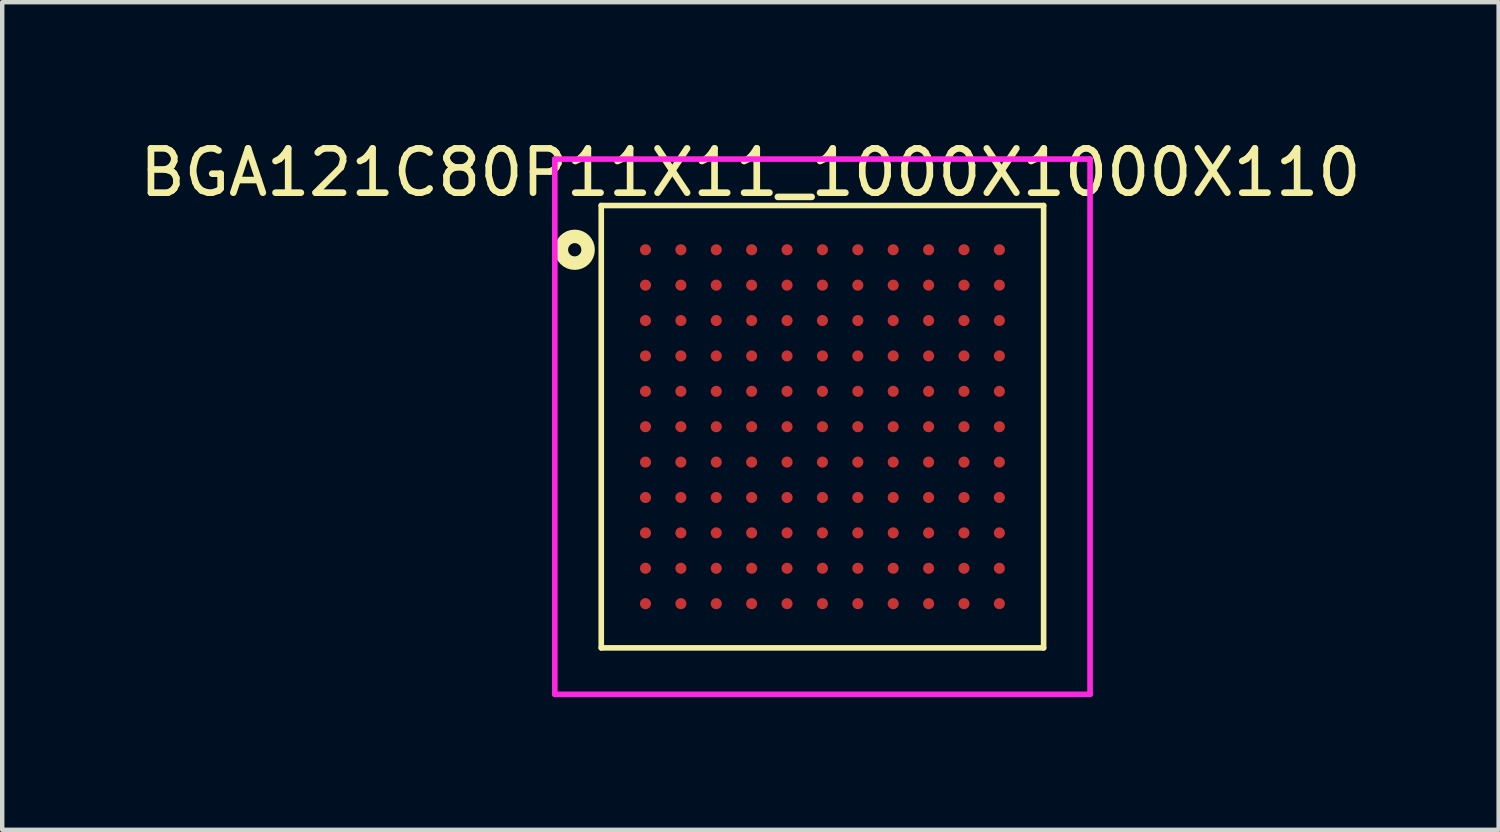
<source format=kicad_pcb>
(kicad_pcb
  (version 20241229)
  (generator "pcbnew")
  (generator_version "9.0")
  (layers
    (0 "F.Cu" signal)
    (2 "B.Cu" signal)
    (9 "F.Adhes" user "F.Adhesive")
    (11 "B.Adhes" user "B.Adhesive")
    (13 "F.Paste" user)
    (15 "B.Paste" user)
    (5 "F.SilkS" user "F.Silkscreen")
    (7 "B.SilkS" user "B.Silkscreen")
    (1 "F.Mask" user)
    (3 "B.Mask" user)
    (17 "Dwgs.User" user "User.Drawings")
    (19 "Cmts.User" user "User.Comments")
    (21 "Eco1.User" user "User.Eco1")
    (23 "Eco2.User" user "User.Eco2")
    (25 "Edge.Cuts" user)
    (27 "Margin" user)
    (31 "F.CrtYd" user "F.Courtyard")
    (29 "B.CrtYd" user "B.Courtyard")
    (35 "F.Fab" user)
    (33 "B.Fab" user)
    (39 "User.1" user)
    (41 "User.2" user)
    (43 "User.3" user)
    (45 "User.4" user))
  (footprint "BGA121C80P11X11_1000X1000X110"
    (layer "F.Cu")
    (at 15.542 6.596)
    (property "Reference" "BGA121C80P11X11_1000X1000X110" (at -1.628 -5.746 0) (layer "F.SilkS") (effects (font (size 1.002 1.002) (thickness 0.15))))
    (attr smd)
    (fp_line (start -5 -5) (end 5 -5) (stroke (width 0.127) (type solid)) (layer "F.SilkS"))
    (fp_line (start -5 5) (end -5 -5) (stroke (width 0.127) (type solid)) (layer "F.SilkS"))
    (fp_line (start 5 -5) (end 5 5) (stroke (width 0.127) (type solid)) (layer "F.SilkS"))
    (fp_line (start 5 5) (end -5 5) (stroke (width 0.127) (type solid)) (layer "F.SilkS"))
    (fp_circle (center -5.6 -4) (end -5.45 -4) (stroke (width 0.305) (type solid)) (fill no) (layer "F.SilkS"))
    (fp_line (start -6.05 -6.05) (end 6.05 -6.05) (stroke (width 0.127) (type solid)) (layer "F.CrtYd"))
    (fp_line (start -6.05 6.05) (end -6.05 -6.05) (stroke (width 0.127) (type solid)) (layer "F.CrtYd"))
    (fp_line (start 6.05 -6.05) (end 6.05 6.05) (stroke (width 0.127) (type solid)) (layer "F.CrtYd"))
    (fp_line (start 6.05 6.05) (end -6.05 6.05) (stroke (width 0.127) (type solid)) (layer "F.CrtYd"))
    (pad "A1" smd circle (at -4 -4) (size 0.25 0.25) (layers "F.Cu" "F.Mask" "F.Paste"))
    (pad "A2" smd circle (at -3.2 -4) (size 0.25 0.25) (layers "F.Cu" "F.Mask" "F.Paste"))
    (pad "A3" smd circle (at -2.4 -4) (size 0.25 0.25) (layers "F.Cu" "F.Mask" "F.Paste"))
    (pad "A4" smd circle (at -1.6 -4) (size 0.25 0.25) (layers "F.Cu" "F.Mask" "F.Paste"))
    (pad "A5" smd circle (at -0.8 -4) (size 0.25 0.25) (layers "F.Cu" "F.Mask" "F.Paste"))
    (pad "A6" smd circle (at 0 -4) (size 0.25 0.25) (layers "F.Cu" "F.Mask" "F.Paste"))
    (pad "A7" smd circle (at 0.8 -4) (size 0.25 0.25) (layers "F.Cu" "F.Mask" "F.Paste"))
    (pad "A8" smd circle (at 1.6 -4) (size 0.25 0.25) (layers "F.Cu" "F.Mask" "F.Paste"))
    (pad "A9" smd circle (at 2.4 -4) (size 0.25 0.25) (layers "F.Cu" "F.Mask" "F.Paste"))
    (pad "A10" smd circle (at 3.2 -4) (size 0.25 0.25) (layers "F.Cu" "F.Mask" "F.Paste"))
    (pad "A11" smd circle (at 4 -4) (size 0.25 0.25) (layers "F.Cu" "F.Mask" "F.Paste"))
    (pad "B1" smd circle (at -4 -3.2) (size 0.25 0.25) (layers "F.Cu" "F.Mask" "F.Paste"))
    (pad "B2" smd circle (at -3.2 -3.2) (size 0.25 0.25) (layers "F.Cu" "F.Mask" "F.Paste"))
    (pad "B3" smd circle (at -2.4 -3.2) (size 0.25 0.25) (layers "F.Cu" "F.Mask" "F.Paste"))
    (pad "B4" smd circle (at -1.6 -3.2) (size 0.25 0.25) (layers "F.Cu" "F.Mask" "F.Paste"))
    (pad "B5" smd circle (at -0.8 -3.2) (size 0.25 0.25) (layers "F.Cu" "F.Mask" "F.Paste"))
    (pad "B6" smd circle (at 0 -3.2) (size 0.25 0.25) (layers "F.Cu" "F.Mask" "F.Paste"))
    (pad "B7" smd circle (at 0.8 -3.2) (size 0.25 0.25) (layers "F.Cu" "F.Mask" "F.Paste"))
    (pad "B8" smd circle (at 1.6 -3.2) (size 0.25 0.25) (layers "F.Cu" "F.Mask" "F.Paste"))
    (pad "B9" smd circle (at 2.4 -3.2) (size 0.25 0.25) (layers "F.Cu" "F.Mask" "F.Paste"))
    (pad "B10" smd circle (at 3.2 -3.2) (size 0.25 0.25) (layers "F.Cu" "F.Mask" "F.Paste"))
    (pad "B11" smd circle (at 4 -3.2) (size 0.25 0.25) (layers "F.Cu" "F.Mask" "F.Paste"))
    (pad "C1" smd circle (at -4 -2.4) (size 0.25 0.25) (layers "F.Cu" "F.Mask" "F.Paste"))
    (pad "C2" smd circle (at -3.2 -2.4) (size 0.25 0.25) (layers "F.Cu" "F.Mask" "F.Paste"))
    (pad "C3" smd circle (at -2.4 -2.4) (size 0.25 0.25) (layers "F.Cu" "F.Mask" "F.Paste"))
    (pad "C4" smd circle (at -1.6 -2.4) (size 0.25 0.25) (layers "F.Cu" "F.Mask" "F.Paste"))
    (pad "C5" smd circle (at -0.8 -2.4) (size 0.25 0.25) (layers "F.Cu" "F.Mask" "F.Paste"))
    (pad "C6" smd circle (at 0 -2.4) (size 0.25 0.25) (layers "F.Cu" "F.Mask" "F.Paste"))
    (pad "C7" smd circle (at 0.8 -2.4) (size 0.25 0.25) (layers "F.Cu" "F.Mask" "F.Paste"))
    (pad "C8" smd circle (at 1.6 -2.4) (size 0.25 0.25) (layers "F.Cu" "F.Mask" "F.Paste"))
    (pad "C9" smd circle (at 2.4 -2.4) (size 0.25 0.25) (layers "F.Cu" "F.Mask" "F.Paste"))
    (pad "C10" smd circle (at 3.2 -2.4) (size 0.25 0.25) (layers "F.Cu" "F.Mask" "F.Paste"))
    (pad "C11" smd circle (at 4 -2.4) (size 0.25 0.25) (layers "F.Cu" "F.Mask" "F.Paste"))
    (pad "D1" smd circle (at -4 -1.6) (size 0.25 0.25) (layers "F.Cu" "F.Mask" "F.Paste"))
    (pad "D2" smd circle (at -3.2 -1.6) (size 0.25 0.25) (layers "F.Cu" "F.Mask" "F.Paste"))
    (pad "D3" smd circle (at -2.4 -1.6) (size 0.25 0.25) (layers "F.Cu" "F.Mask" "F.Paste"))
    (pad "D4" smd circle (at -1.6 -1.6) (size 0.25 0.25) (layers "F.Cu" "F.Mask" "F.Paste"))
    (pad "D5" smd circle (at -0.8 -1.6) (size 0.25 0.25) (layers "F.Cu" "F.Mask" "F.Paste"))
    (pad "D6" smd circle (at 0 -1.6) (size 0.25 0.25) (layers "F.Cu" "F.Mask" "F.Paste"))
    (pad "D7" smd circle (at 0.8 -1.6) (size 0.25 0.25) (layers "F.Cu" "F.Mask" "F.Paste"))
    (pad "D8" smd circle (at 1.6 -1.6) (size 0.25 0.25) (layers "F.Cu" "F.Mask" "F.Paste"))
    (pad "D9" smd circle (at 2.4 -1.6) (size 0.25 0.25) (layers "F.Cu" "F.Mask" "F.Paste"))
    (pad "D10" smd circle (at 3.2 -1.6) (size 0.25 0.25) (layers "F.Cu" "F.Mask" "F.Paste"))
    (pad "D11" smd circle (at 4 -1.6) (size 0.25 0.25) (layers "F.Cu" "F.Mask" "F.Paste"))
    (pad "E1" smd circle (at -4 -0.8) (size 0.25 0.25) (layers "F.Cu" "F.Mask" "F.Paste"))
    (pad "E2" smd circle (at -3.2 -0.8) (size 0.25 0.25) (layers "F.Cu" "F.Mask" "F.Paste"))
    (pad "E3" smd circle (at -2.4 -0.8) (size 0.25 0.25) (layers "F.Cu" "F.Mask" "F.Paste"))
    (pad "E4" smd circle (at -1.6 -0.8) (size 0.25 0.25) (layers "F.Cu" "F.Mask" "F.Paste"))
    (pad "E5" smd circle (at -0.8 -0.8) (size 0.25 0.25) (layers "F.Cu" "F.Mask" "F.Paste"))
    (pad "E6" smd circle (at 0 -0.8) (size 0.25 0.25) (layers "F.Cu" "F.Mask" "F.Paste"))
    (pad "E7" smd circle (at 0.8 -0.8) (size 0.25 0.25) (layers "F.Cu" "F.Mask" "F.Paste"))
    (pad "E8" smd circle (at 1.6 -0.8) (size 0.25 0.25) (layers "F.Cu" "F.Mask" "F.Paste"))
    (pad "E9" smd circle (at 2.4 -0.8) (size 0.25 0.25) (layers "F.Cu" "F.Mask" "F.Paste"))
    (pad "E10" smd circle (at 3.2 -0.8) (size 0.25 0.25) (layers "F.Cu" "F.Mask" "F.Paste"))
    (pad "E11" smd circle (at 4 -0.8) (size 0.25 0.25) (layers "F.Cu" "F.Mask" "F.Paste"))
    (pad "F1" smd circle (at -4 0) (size 0.25 0.25) (layers "F.Cu" "F.Mask" "F.Paste"))
    (pad "F2" smd circle (at -3.2 0) (size 0.25 0.25) (layers "F.Cu" "F.Mask" "F.Paste"))
    (pad "F3" smd circle (at -2.4 0) (size 0.25 0.25) (layers "F.Cu" "F.Mask" "F.Paste"))
    (pad "F4" smd circle (at -1.6 0) (size 0.25 0.25) (layers "F.Cu" "F.Mask" "F.Paste"))
    (pad "F5" smd circle (at -0.8 0) (size 0.25 0.25) (layers "F.Cu" "F.Mask" "F.Paste"))
    (pad "F6" smd circle (at 0 0) (size 0.25 0.25) (layers "F.Cu" "F.Mask" "F.Paste"))
    (pad "F7" smd circle (at 0.8 0) (size 0.25 0.25) (layers "F.Cu" "F.Mask" "F.Paste"))
    (pad "F8" smd circle (at 1.6 0) (size 0.25 0.25) (layers "F.Cu" "F.Mask" "F.Paste"))
    (pad "F9" smd circle (at 2.4 0) (size 0.25 0.25) (layers "F.Cu" "F.Mask" "F.Paste"))
    (pad "F10" smd circle (at 3.2 0) (size 0.25 0.25) (layers "F.Cu" "F.Mask" "F.Paste"))
    (pad "F11" smd circle (at 4 0) (size 0.25 0.25) (layers "F.Cu" "F.Mask" "F.Paste"))
    (pad "G1" smd circle (at -4 0.8) (size 0.25 0.25) (layers "F.Cu" "F.Mask" "F.Paste"))
    (pad "G2" smd circle (at -3.2 0.8) (size 0.25 0.25) (layers "F.Cu" "F.Mask" "F.Paste"))
    (pad "G3" smd circle (at -2.4 0.8) (size 0.25 0.25) (layers "F.Cu" "F.Mask" "F.Paste"))
    (pad "G4" smd circle (at -1.6 0.8) (size 0.25 0.25) (layers "F.Cu" "F.Mask" "F.Paste"))
    (pad "G5" smd circle (at -0.8 0.8) (size 0.25 0.25) (layers "F.Cu" "F.Mask" "F.Paste"))
    (pad "G6" smd circle (at 0 0.8) (size 0.25 0.25) (layers "F.Cu" "F.Mask" "F.Paste"))
    (pad "G7" smd circle (at 0.8 0.8) (size 0.25 0.25) (layers "F.Cu" "F.Mask" "F.Paste"))
    (pad "G8" smd circle (at 1.6 0.8) (size 0.25 0.25) (layers "F.Cu" "F.Mask" "F.Paste"))
    (pad "G9" smd circle (at 2.4 0.8) (size 0.25 0.25) (layers "F.Cu" "F.Mask" "F.Paste"))
    (pad "G10" smd circle (at 3.2 0.8) (size 0.25 0.25) (layers "F.Cu" "F.Mask" "F.Paste"))
    (pad "G11" smd circle (at 4 0.8) (size 0.25 0.25) (layers "F.Cu" "F.Mask" "F.Paste"))
    (pad "H1" smd circle (at -4 1.6) (size 0.25 0.25) (layers "F.Cu" "F.Mask" "F.Paste"))
    (pad "H2" smd circle (at -3.2 1.6) (size 0.25 0.25) (layers "F.Cu" "F.Mask" "F.Paste"))
    (pad "H3" smd circle (at -2.4 1.6) (size 0.25 0.25) (layers "F.Cu" "F.Mask" "F.Paste"))
    (pad "H4" smd circle (at -1.6 1.6) (size 0.25 0.25) (layers "F.Cu" "F.Mask" "F.Paste"))
    (pad "H5" smd circle (at -0.8 1.6) (size 0.25 0.25) (layers "F.Cu" "F.Mask" "F.Paste"))
    (pad "H6" smd circle (at 0 1.6) (size 0.25 0.25) (layers "F.Cu" "F.Mask" "F.Paste"))
    (pad "H7" smd circle (at 0.8 1.6) (size 0.25 0.25) (layers "F.Cu" "F.Mask" "F.Paste"))
    (pad "H8" smd circle (at 1.6 1.6) (size 0.25 0.25) (layers "F.Cu" "F.Mask" "F.Paste"))
    (pad "H9" smd circle (at 2.4 1.6) (size 0.25 0.25) (layers "F.Cu" "F.Mask" "F.Paste"))
    (pad "H10" smd circle (at 3.2 1.6) (size 0.25 0.25) (layers "F.Cu" "F.Mask" "F.Paste"))
    (pad "H11" smd circle (at 4 1.6) (size 0.25 0.25) (layers "F.Cu" "F.Mask" "F.Paste"))
    (pad "J1" smd circle (at -4 2.4) (size 0.25 0.25) (layers "F.Cu" "F.Mask" "F.Paste"))
    (pad "J2" smd circle (at -3.2 2.4) (size 0.25 0.25) (layers "F.Cu" "F.Mask" "F.Paste"))
    (pad "J3" smd circle (at -2.4 2.4) (size 0.25 0.25) (layers "F.Cu" "F.Mask" "F.Paste"))
    (pad "J4" smd circle (at -1.6 2.4) (size 0.25 0.25) (layers "F.Cu" "F.Mask" "F.Paste"))
    (pad "J5" smd circle (at -0.8 2.4) (size 0.25 0.25) (layers "F.Cu" "F.Mask" "F.Paste"))
    (pad "J6" smd circle (at 0 2.4) (size 0.25 0.25) (layers "F.Cu" "F.Mask" "F.Paste"))
    (pad "J7" smd circle (at 0.8 2.4) (size 0.25 0.25) (layers "F.Cu" "F.Mask" "F.Paste"))
    (pad "J8" smd circle (at 1.6 2.4) (size 0.25 0.25) (layers "F.Cu" "F.Mask" "F.Paste"))
    (pad "J9" smd circle (at 2.4 2.4) (size 0.25 0.25) (layers "F.Cu" "F.Mask" "F.Paste"))
    (pad "J10" smd circle (at 3.2 2.4) (size 0.25 0.25) (layers "F.Cu" "F.Mask" "F.Paste"))
    (pad "J11" smd circle (at 4 2.4) (size 0.25 0.25) (layers "F.Cu" "F.Mask" "F.Paste"))
    (pad "K1" smd circle (at -4 3.2) (size 0.25 0.25) (layers "F.Cu" "F.Mask" "F.Paste"))
    (pad "K2" smd circle (at -3.2 3.2) (size 0.25 0.25) (layers "F.Cu" "F.Mask" "F.Paste"))
    (pad "K3" smd circle (at -2.4 3.2) (size 0.25 0.25) (layers "F.Cu" "F.Mask" "F.Paste"))
    (pad "K4" smd circle (at -1.6 3.2) (size 0.25 0.25) (layers "F.Cu" "F.Mask" "F.Paste"))
    (pad "K5" smd circle (at -0.8 3.2) (size 0.25 0.25) (layers "F.Cu" "F.Mask" "F.Paste"))
    (pad "K6" smd circle (at 0 3.2) (size 0.25 0.25) (layers "F.Cu" "F.Mask" "F.Paste"))
    (pad "K7" smd circle (at 0.8 3.2) (size 0.25 0.25) (layers "F.Cu" "F.Mask" "F.Paste"))
    (pad "K8" smd circle (at 1.6 3.2) (size 0.25 0.25) (layers "F.Cu" "F.Mask" "F.Paste"))
    (pad "K9" smd circle (at 2.4 3.2) (size 0.25 0.25) (layers "F.Cu" "F.Mask" "F.Paste"))
    (pad "K10" smd circle (at 3.2 3.2) (size 0.25 0.25) (layers "F.Cu" "F.Mask" "F.Paste"))
    (pad "K11" smd circle (at 4 3.2) (size 0.25 0.25) (layers "F.Cu" "F.Mask" "F.Paste"))
    (pad "L1" smd circle (at -4 4) (size 0.25 0.25) (layers "F.Cu" "F.Mask" "F.Paste"))
    (pad "L2" smd circle (at -3.2 4) (size 0.25 0.25) (layers "F.Cu" "F.Mask" "F.Paste"))
    (pad "L3" smd circle (at -2.4 4) (size 0.25 0.25) (layers "F.Cu" "F.Mask" "F.Paste"))
    (pad "L4" smd circle (at -1.6 4) (size 0.25 0.25) (layers "F.Cu" "F.Mask" "F.Paste"))
    (pad "L5" smd circle (at -0.8 4) (size 0.25 0.25) (layers "F.Cu" "F.Mask" "F.Paste"))
    (pad "L6" smd circle (at 0 4) (size 0.25 0.25) (layers "F.Cu" "F.Mask" "F.Paste"))
    (pad "L7" smd circle (at 0.8 4) (size 0.25 0.25) (layers "F.Cu" "F.Mask" "F.Paste"))
    (pad "L8" smd circle (at 1.6 4) (size 0.25 0.25) (layers "F.Cu" "F.Mask" "F.Paste"))
    (pad "L9" smd circle (at 2.4 4) (size 0.25 0.25) (layers "F.Cu" "F.Mask" "F.Paste"))
    (pad "L10" smd circle (at 3.2 4) (size 0.25 0.25) (layers "F.Cu" "F.Mask" "F.Paste"))
    (pad "L11" smd circle (at 4 4) (size 0.25 0.25) (layers "F.Cu" "F.Mask" "F.Paste")))
  (gr_rect
    (start -3 -3)
    (end 30.828 15.709)
    (stroke (width 0.1) (type default))
    (fill no)
    (layer "Edge.Cuts")))
</source>
